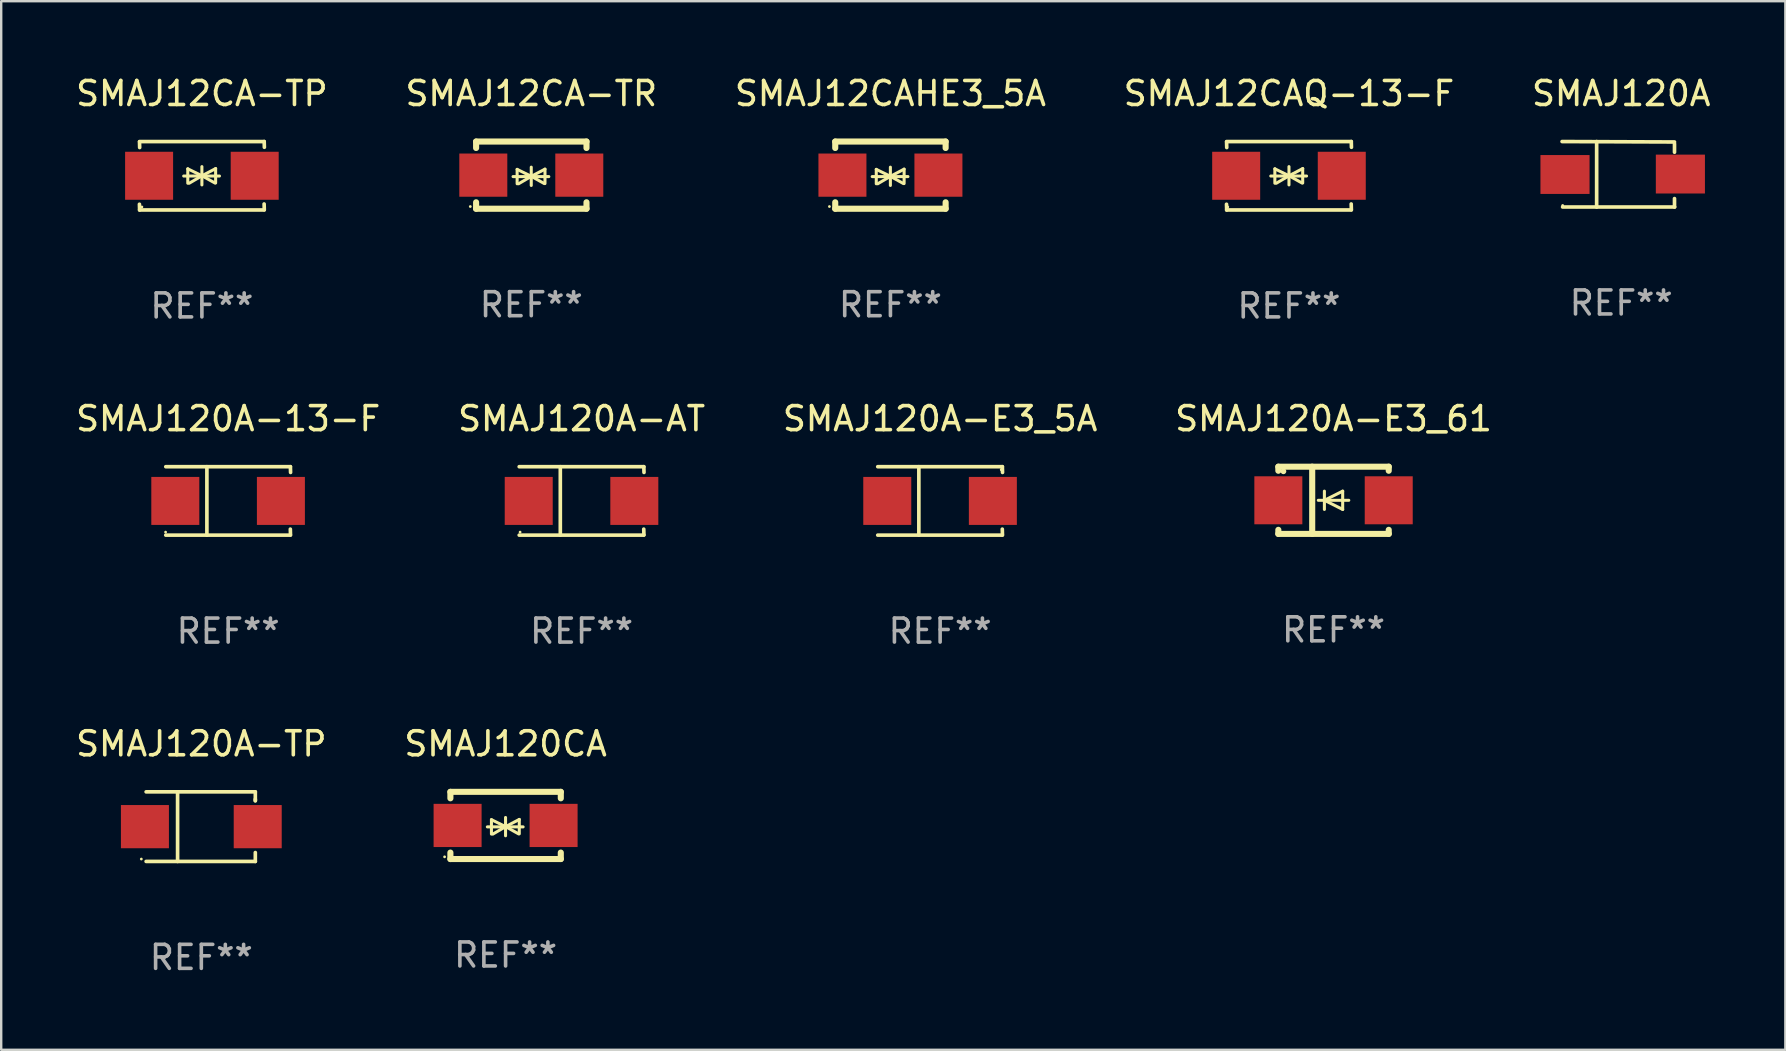
<source format=kicad_pcb>
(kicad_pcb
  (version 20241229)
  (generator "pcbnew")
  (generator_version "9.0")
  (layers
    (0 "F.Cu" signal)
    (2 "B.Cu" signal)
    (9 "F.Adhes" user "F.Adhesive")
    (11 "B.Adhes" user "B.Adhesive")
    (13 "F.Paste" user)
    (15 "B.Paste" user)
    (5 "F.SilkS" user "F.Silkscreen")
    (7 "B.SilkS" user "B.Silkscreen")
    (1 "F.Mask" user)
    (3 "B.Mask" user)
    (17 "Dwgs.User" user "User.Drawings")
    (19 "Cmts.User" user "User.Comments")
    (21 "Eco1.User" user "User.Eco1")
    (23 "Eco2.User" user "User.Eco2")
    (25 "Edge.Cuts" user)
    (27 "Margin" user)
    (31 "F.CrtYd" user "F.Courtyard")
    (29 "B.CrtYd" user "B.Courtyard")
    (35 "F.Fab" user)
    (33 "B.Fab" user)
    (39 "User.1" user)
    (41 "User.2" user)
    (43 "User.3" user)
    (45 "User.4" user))
  (footprint "SMAJ12CA-TP"
    (layer "F.Cu")
    (at 5.363 4.274)
    (property "Reference" "SMAJ12CA-TP" (at 0 -3.426 0) (layer "F.SilkS") (effects (font (size 1 1) (thickness 0.15))))
    (attr through_hole)
    (fp_line (start -2.596 -1.426) (end 2.596 -1.426) (stroke (width 0.152) (type solid)) (layer "F.SilkS"))
    (fp_line (start -2.596 1.426) (end -2.603 1.187) (stroke (width 0.152) (type solid)) (layer "F.SilkS"))
    (fp_line (start -2.596 1.426) (end 2.596 1.426) (stroke (width 0.152) (type solid)) (layer "F.SilkS"))
    (fp_line (start -2.593 -1.176) (end -2.6 -1.415) (stroke (width 0.152) (type solid)) (layer "F.SilkS"))
    (fp_line (start -0.758 0.011) (end 0.732 0.011) (stroke (width 0.127) (type solid)) (layer "F.SilkS"))
    (fp_line (start -0.588 -0.289) (end -0.588 0.311) (stroke (width 0.127) (type solid)) (layer "F.SilkS"))
    (fp_line (start -0.588 -0.289) (end 0 0) (stroke (width 0.127) (type solid)) (layer "F.SilkS"))
    (fp_line (start -0.528 0.311) (end 0 0) (stroke (width 0.127) (type solid)) (layer "F.SilkS"))
    (fp_line (start 0 0) (end 0 -0.381) (stroke (width 0.127) (type solid)) (layer "F.SilkS"))
    (fp_line (start 0 0) (end 0 0.381) (stroke (width 0.127) (type solid)) (layer "F.SilkS"))
    (fp_line (start 0.542 0.301) (end 0 0) (stroke (width 0.127) (type solid)) (layer "F.SilkS"))
    (fp_line (start 0.572 -0.299) (end 0 0) (stroke (width 0.127) (type solid)) (layer "F.SilkS"))
    (fp_line (start 0.572 -0.299) (end 0.572 0.301) (stroke (width 0.127) (type solid)) (layer "F.SilkS"))
    (fp_line (start 2.593 1.176) (end 2.6 1.415) (stroke (width 0.152) (type solid)) (layer "F.SilkS"))
    (fp_line (start 2.596 -1.426) (end 2.603 -1.187) (stroke (width 0.152) (type solid)) (layer "F.SilkS"))
    (fp_circle (center -2.5 1.3) (end -2.47 1.3) (stroke (width 0.06) (type solid)) (fill no) (layer "F.SilkS"))
    (fp_text user "REF**" (at 0 5.426 0) (layer "F.Fab") (effects (font (size 1 1) (thickness 0.15))))
    (pad "1" smd rect (at -2.2 0 180) (size 2 2) (layers "F.Cu" "F.Mask" "F.Paste"))
    (pad "2" smd rect (at 2.2 0 180) (size 2 2) (layers "F.Cu" "F.Mask" "F.Paste")))
  (footprint "SMAJ12CAQ-13-F"
    (layer "F.Cu")
    (at 50.661 4.274)
    (property "Reference" "SMAJ12CAQ-13-F" (at 0 -3.426 0) (layer "F.SilkS") (effects (font (size 1 1) (thickness 0.15))))
    (attr through_hole)
    (fp_line (start -2.596 -1.426) (end 2.596 -1.426) (stroke (width 0.152) (type solid)) (layer "F.SilkS"))
    (fp_line (start -2.596 1.426) (end -2.603 1.187) (stroke (width 0.152) (type solid)) (layer "F.SilkS"))
    (fp_line (start -2.596 1.426) (end 2.596 1.426) (stroke (width 0.152) (type solid)) (layer "F.SilkS"))
    (fp_line (start -2.593 -1.176) (end -2.6 -1.415) (stroke (width 0.152) (type solid)) (layer "F.SilkS"))
    (fp_line (start -0.758 0.011) (end 0.732 0.011) (stroke (width 0.127) (type solid)) (layer "F.SilkS"))
    (fp_line (start -0.588 -0.289) (end -0.588 0.311) (stroke (width 0.127) (type solid)) (layer "F.SilkS"))
    (fp_line (start -0.588 -0.289) (end 0 0) (stroke (width 0.127) (type solid)) (layer "F.SilkS"))
    (fp_line (start -0.528 0.311) (end 0 0) (stroke (width 0.127) (type solid)) (layer "F.SilkS"))
    (fp_line (start 0 0) (end 0 -0.381) (stroke (width 0.127) (type solid)) (layer "F.SilkS"))
    (fp_line (start 0 0) (end 0 0.381) (stroke (width 0.127) (type solid)) (layer "F.SilkS"))
    (fp_line (start 0.542 0.301) (end 0 0) (stroke (width 0.127) (type solid)) (layer "F.SilkS"))
    (fp_line (start 0.572 -0.299) (end 0 0) (stroke (width 0.127) (type solid)) (layer "F.SilkS"))
    (fp_line (start 0.572 -0.299) (end 0.572 0.301) (stroke (width 0.127) (type solid)) (layer "F.SilkS"))
    (fp_line (start 2.593 1.176) (end 2.6 1.415) (stroke (width 0.152) (type solid)) (layer "F.SilkS"))
    (fp_line (start 2.596 -1.426) (end 2.603 -1.187) (stroke (width 0.152) (type solid)) (layer "F.SilkS"))
    (fp_circle (center -2.55 1.3) (end -2.52 1.3) (stroke (width 0.06) (type solid)) (fill no) (layer "F.SilkS"))
    (fp_text user "REF**" (at 0 5.426 0) (layer "F.Fab") (effects (font (size 1 1) (thickness 0.15))))
    (pad "1" smd rect (at -2.2 0 180) (size 2 2) (layers "F.Cu" "F.Mask" "F.Paste"))
    (pad "2" smd rect (at 2.2 0 180) (size 2 2) (layers "F.Cu" "F.Mask" "F.Paste")))
  (footprint "SMAJ120A-E3_5A"
    (layer "F.Cu")
    (at 36.125 17.823)
    (property "Reference" "SMAJ120A-E3_5A" (at 0 -3.426 0) (layer "F.SilkS") (effects (font (size 1 1) (thickness 0.15))))
    (attr through_hole)
    (fp_line (start -2.6 -1.426) (end 2.593 -1.426) (stroke (width 0.152) (type solid)) (layer "F.SilkS"))
    (fp_line (start -2.6 1.426) (end 2.593 1.426) (stroke (width 0.152) (type solid)) (layer "F.SilkS"))
    (fp_line (start -0.887 -1.426) (end -0.887 1.426) (stroke (width 0.152) (type solid)) (layer "F.SilkS"))
    (fp_line (start 2.59 1.176) (end 2.597 1.415) (stroke (width 0.152) (type solid)) (layer "F.SilkS"))
    (fp_line (start 2.593 -1.426) (end 2.6 -1.187) (stroke (width 0.152) (type solid)) (layer "F.SilkS"))
    (fp_circle (center 2.547 -1.3) (end 2.577 -1.3) (stroke (width 0.06) (type solid)) (fill no) (layer "F.SilkS"))
    (fp_text user "REF**" (at 0 5.426 0) (layer "F.Fab") (effects (font (size 1 1) (thickness 0.15))))
    (pad "1" smd rect (at 2.197 -0.000025 180) (size 2 2) (layers "F.Cu" "F.Mask" "F.Paste"))
    (pad "2" smd rect (at -2.203 -0.000025 180) (size 2 2) (layers "F.Cu" "F.Mask" "F.Paste")))
  (footprint "SMAJ12CAHE3_5A"
    (layer "F.Cu")
    (at 34.054 4.248)
    (property "Reference" "SMAJ12CAHE3_5A" (at 0 -3.4 0) (layer "F.SilkS") (effects (font (size 1 1) (thickness 0.15))))
    (attr through_hole)
    (fp_line (start -2.3 -1.4) (end -2.3 -1.131) (stroke (width 0.254) (type solid)) (layer "F.SilkS"))
    (fp_line (start -2.3 -1.4) (end 2.3 -1.4) (stroke (width 0.254) (type solid)) (layer "F.SilkS"))
    (fp_line (start -2.3 1.131) (end -2.3 1.4) (stroke (width 0.254) (type solid)) (layer "F.SilkS"))
    (fp_line (start -2.3 1.4) (end 2.3 1.4) (stroke (width 0.254) (type solid)) (layer "F.SilkS"))
    (fp_line (start -0.76 0.06) (end 0.73 0.06) (stroke (width 0.127) (type solid)) (layer "F.SilkS"))
    (fp_line (start -0.59 -0.24) (end -0.59 0.36) (stroke (width 0.127) (type solid)) (layer "F.SilkS"))
    (fp_line (start -0.59 -0.24) (end -0.002 0.049) (stroke (width 0.127) (type solid)) (layer "F.SilkS"))
    (fp_line (start -0.53 0.36) (end -0.002 0.049) (stroke (width 0.127) (type solid)) (layer "F.SilkS"))
    (fp_line (start -0.002 0.049) (end -0.002 -0.332) (stroke (width 0.127) (type solid)) (layer "F.SilkS"))
    (fp_line (start -0.002 0.049) (end -0.002 0.43) (stroke (width 0.127) (type solid)) (layer "F.SilkS"))
    (fp_line (start 0.54 0.35) (end -0.002 0.049) (stroke (width 0.127) (type solid)) (layer "F.SilkS"))
    (fp_line (start 0.57 -0.25) (end -0.002 0.049) (stroke (width 0.127) (type solid)) (layer "F.SilkS"))
    (fp_line (start 0.57 -0.25) (end 0.57 0.35) (stroke (width 0.127) (type solid)) (layer "F.SilkS"))
    (fp_line (start 2.3 -1.4) (end 2.3 -1.131) (stroke (width 0.254) (type solid)) (layer "F.SilkS"))
    (fp_line (start 2.3 1.131) (end 2.3 1.4) (stroke (width 0.254) (type solid)) (layer "F.SilkS"))
    (fp_circle (center -2.542 1.308) (end -2.512 1.308) (stroke (width 0.06) (type solid)) (fill no) (layer "F.SilkS"))
    (fp_text user "REF**" (at 0 5.4 0) (layer "F.Fab") (effects (font (size 1 1) (thickness 0.15))))
    (pad "1" smd rect (at -2 0) (size 2 1.8) (layers "F.Cu" "F.Mask" "F.Paste"))
    (pad "2" smd rect (at 2 0) (size 2 1.8) (layers "F.Cu" "F.Mask" "F.Paste")))
  (footprint "SMAJ120CA"
    (layer "F.Cu")
    (at 18.018 31.346)
    (property "Reference" "SMAJ120CA" (at 0 -3.4 0) (layer "F.SilkS") (effects (font (size 1 1) (thickness 0.15))))
    (attr through_hole)
    (fp_line (start -2.3 -1.4) (end -2.3 -1.131) (stroke (width 0.254) (type solid)) (layer "F.SilkS"))
    (fp_line (start -2.3 -1.4) (end 2.3 -1.4) (stroke (width 0.254) (type solid)) (layer "F.SilkS"))
    (fp_line (start -2.3 1.131) (end -2.3 1.4) (stroke (width 0.254) (type solid)) (layer "F.SilkS"))
    (fp_line (start -2.3 1.4) (end 2.3 1.4) (stroke (width 0.254) (type solid)) (layer "F.SilkS"))
    (fp_line (start -0.76 0.06) (end 0.73 0.06) (stroke (width 0.127) (type solid)) (layer "F.SilkS"))
    (fp_line (start -0.59 -0.24) (end -0.59 0.36) (stroke (width 0.127) (type solid)) (layer "F.SilkS"))
    (fp_line (start -0.59 -0.24) (end -0.002 0.049) (stroke (width 0.127) (type solid)) (layer "F.SilkS"))
    (fp_line (start -0.53 0.36) (end -0.002 0.049) (stroke (width 0.127) (type solid)) (layer "F.SilkS"))
    (fp_line (start -0.002 0.049) (end -0.002 -0.332) (stroke (width 0.127) (type solid)) (layer "F.SilkS"))
    (fp_line (start -0.002 0.049) (end -0.002 0.43) (stroke (width 0.127) (type solid)) (layer "F.SilkS"))
    (fp_line (start 0.54 0.35) (end -0.002 0.049) (stroke (width 0.127) (type solid)) (layer "F.SilkS"))
    (fp_line (start 0.57 -0.25) (end -0.002 0.049) (stroke (width 0.127) (type solid)) (layer "F.SilkS"))
    (fp_line (start 0.57 -0.25) (end 0.57 0.35) (stroke (width 0.127) (type solid)) (layer "F.SilkS"))
    (fp_line (start 2.3 -1.4) (end 2.3 -1.131) (stroke (width 0.254) (type solid)) (layer "F.SilkS"))
    (fp_line (start 2.3 1.131) (end 2.3 1.4) (stroke (width 0.254) (type solid)) (layer "F.SilkS"))
    (fp_circle (center -2.542 1.308) (end -2.512 1.308) (stroke (width 0.06) (type solid)) (fill no) (layer "F.SilkS"))
    (fp_text user "REF**" (at 0 5.4 0) (layer "F.Fab") (effects (font (size 1 1) (thickness 0.15))))
    (pad "1" smd rect (at -2 0) (size 2 1.8) (layers "F.Cu" "F.Mask" "F.Paste"))
    (pad "2" smd rect (at 2 0) (size 2 1.8) (layers "F.Cu" "F.Mask" "F.Paste")))
  (footprint "SMAJ120A"
    (layer "F.Cu")
    (at 64.506 4.212)
    (property "Reference" "SMAJ120A" (at 0 -3.364 0) (layer "F.SilkS") (effects (font (size 1 1) (thickness 0.15))))
    (attr through_hole)
    (fp_line (start -2.465 -1.364) (end 2.22 -1.346) (stroke (width 0.152) (type solid)) (layer "F.SilkS"))
    (fp_line (start -2.442 1.364) (end 2.226 1.364) (stroke (width 0.152) (type solid)) (layer "F.SilkS"))
    (fp_line (start -1.024 -1.364) (end -1.024 1.364) (stroke (width 0.152) (type solid)) (layer "F.SilkS"))
    (fp_line (start 2.22 -1.27) (end 2.22 -0.919) (stroke (width 0.152) (type solid)) (layer "F.SilkS"))
    (fp_line (start 2.22 1.364) (end 2.22 1.013) (stroke (width 0.152) (type solid)) (layer "F.SilkS"))
    (fp_circle (center -2.439 1.3) (end -2.409 1.3) (stroke (width 0.06) (type solid)) (fill no) (layer "F.SilkS"))
    (fp_text user "REF**" (at 0 5.364 0) (layer "F.Fab") (effects (font (size 1 1) (thickness 0.15))))
    (pad "1" smd rect (at -2.343 0.009) (size 2.046 1.62) (layers "F.Cu" "F.Mask" "F.Paste"))
    (pad "2" smd rect (at 2.465 -0.009 180) (size 2.046 1.62) (layers "F.Cu" "F.Mask" "F.Paste")))
  (footprint "SMAJ120A-13-F"
    (layer "F.Cu")
    (at 6.458 17.823)
    (property "Reference" "SMAJ120A-13-F" (at 0 -3.426 0) (layer "F.SilkS") (effects (font (size 1 1) (thickness 0.15))))
    (attr through_hole)
    (fp_line (start -2.6 -1.426) (end 2.593 -1.426) (stroke (width 0.152) (type solid)) (layer "F.SilkS"))
    (fp_line (start -2.6 1.426) (end 2.593 1.426) (stroke (width 0.152) (type solid)) (layer "F.SilkS"))
    (fp_line (start -0.887 -1.426) (end -0.887 1.426) (stroke (width 0.152) (type solid)) (layer "F.SilkS"))
    (fp_line (start 2.59 1.176) (end 2.597 1.415) (stroke (width 0.152) (type solid)) (layer "F.SilkS"))
    (fp_line (start 2.593 -1.426) (end 2.6 -1.187) (stroke (width 0.152) (type solid)) (layer "F.SilkS"))
    (fp_circle (center -2.608 1.3) (end -2.578 1.3) (stroke (width 0.06) (type solid)) (fill no) (layer "F.SilkS"))
    (fp_text user "REF**" (at 0 5.426 0) (layer "F.Fab") (effects (font (size 1 1) (thickness 0.15))))
    (pad "1" smd rect (at -2.203 0 180) (size 2 2) (layers "F.Cu" "F.Mask" "F.Paste"))
    (pad "2" smd rect (at 2.197 0 180) (size 2 2) (layers "F.Cu" "F.Mask" "F.Paste")))
  (footprint "SMAJ120A-TP"
    (layer "F.Cu")
    (at 5.339 31.396)
    (property "Reference" "SMAJ120A-TP" (at 0 -3.45 0) (layer "F.SilkS") (effects (font (size 1 1) (thickness 0.15))))
    (attr through_hole)
    (fp_line (start -2.3 -1.45) (end 2.25 -1.45) (stroke (width 0.152) (type solid)) (layer "F.SilkS"))
    (fp_line (start -0.989 -1.45) (end -0.989 1.45) (stroke (width 0.152) (type solid)) (layer "F.SilkS"))
    (fp_line (start 2.25 -1.45) (end 2.25 -1.08) (stroke (width 0.152) (type solid)) (layer "F.SilkS"))
    (fp_line (start 2.25 -1.08) (end 2.25 -1.142) (stroke (width 0.152) (type solid)) (layer "F.SilkS"))
    (fp_line (start 2.25 1.45) (end -2.3 1.45) (stroke (width 0.152) (type solid)) (layer "F.SilkS"))
    (fp_line (start 2.25 1.45) (end 2.25 1.08) (stroke (width 0.152) (type solid)) (layer "F.SilkS"))
    (fp_circle (center -2.5 1.35) (end -2.47 1.35) (stroke (width 0.06) (type solid)) (fill no) (layer "F.SilkS"))
    (fp_text user "REF**" (at 0 5.45 0) (layer "F.Fab") (effects (font (size 1 1) (thickness 0.15))))
    (pad "1" smd rect (at -2.35 0.000025) (size 2 1.8) (layers "F.Cu" "F.Mask" "F.Paste"))
    (pad "2" smd rect (at 2.35 0.000025) (size 2 1.8) (layers "F.Cu" "F.Mask" "F.Paste")))
  (footprint "SMAJ120A-AT"
    (layer "F.Cu")
    (at 21.185 17.823)
    (property "Reference" "SMAJ120A-AT" (at 0 -3.426 0) (layer "F.SilkS") (effects (font (size 1 1) (thickness 0.15))))
    (attr through_hole)
    (fp_line (start -2.6 -1.426) (end 2.593 -1.426) (stroke (width 0.152) (type solid)) (layer "F.SilkS"))
    (fp_line (start -2.6 1.426) (end 2.593 1.426) (stroke (width 0.152) (type solid)) (layer "F.SilkS"))
    (fp_line (start -0.887 -1.426) (end -0.887 1.426) (stroke (width 0.152) (type solid)) (layer "F.SilkS"))
    (fp_line (start 2.59 1.176) (end 2.597 1.415) (stroke (width 0.152) (type solid)) (layer "F.SilkS"))
    (fp_line (start 2.593 -1.426) (end 2.6 -1.187) (stroke (width 0.152) (type solid)) (layer "F.SilkS"))
    (fp_circle (center -2.563 1.3) (end -2.533 1.3) (stroke (width 0.06) (type solid)) (fill no) (layer "F.SilkS"))
    (fp_text user "REF**" (at 0 5.426 0) (layer "F.Fab") (effects (font (size 1 1) (thickness 0.15))))
    (pad "1" smd rect (at -2.203 -0.000025 180) (size 2 2) (layers "F.Cu" "F.Mask" "F.Paste"))
    (pad "2" smd rect (at 2.197 -0.000025 180) (size 2 2) (layers "F.Cu" "F.Mask" "F.Paste")))
  (footprint "SMAJ12CA-TR"
    (layer "F.Cu")
    (at 19.089 4.248)
    (property "Reference" "SMAJ12CA-TR" (at 0 -3.4 0) (layer "F.SilkS") (effects (font (size 1 1) (thickness 0.15))))
    (attr through_hole)
    (fp_line (start -2.3 -1.4) (end -2.3 -1.131) (stroke (width 0.254) (type solid)) (layer "F.SilkS"))
    (fp_line (start -2.3 -1.4) (end 2.3 -1.4) (stroke (width 0.254) (type solid)) (layer "F.SilkS"))
    (fp_line (start -2.3 1.131) (end -2.3 1.4) (stroke (width 0.254) (type solid)) (layer "F.SilkS"))
    (fp_line (start -2.3 1.4) (end 2.3 1.4) (stroke (width 0.254) (type solid)) (layer "F.SilkS"))
    (fp_line (start -0.76 0.06) (end 0.73 0.06) (stroke (width 0.127) (type solid)) (layer "F.SilkS"))
    (fp_line (start -0.59 -0.24) (end -0.59 0.36) (stroke (width 0.127) (type solid)) (layer "F.SilkS"))
    (fp_line (start -0.59 -0.24) (end -0.002 0.049) (stroke (width 0.127) (type solid)) (layer "F.SilkS"))
    (fp_line (start -0.53 0.36) (end -0.002 0.049) (stroke (width 0.127) (type solid)) (layer "F.SilkS"))
    (fp_line (start -0.002 0.049) (end -0.002 -0.332) (stroke (width 0.127) (type solid)) (layer "F.SilkS"))
    (fp_line (start -0.002 0.049) (end -0.002 0.43) (stroke (width 0.127) (type solid)) (layer "F.SilkS"))
    (fp_line (start 0.54 0.35) (end -0.002 0.049) (stroke (width 0.127) (type solid)) (layer "F.SilkS"))
    (fp_line (start 0.57 -0.25) (end -0.002 0.049) (stroke (width 0.127) (type solid)) (layer "F.SilkS"))
    (fp_line (start 0.57 -0.25) (end 0.57 0.35) (stroke (width 0.127) (type solid)) (layer "F.SilkS"))
    (fp_line (start 2.3 -1.4) (end 2.3 -1.131) (stroke (width 0.254) (type solid)) (layer "F.SilkS"))
    (fp_line (start 2.3 1.131) (end 2.3 1.4) (stroke (width 0.254) (type solid)) (layer "F.SilkS"))
    (fp_circle (center -2.542 1.308) (end -2.512 1.308) (stroke (width 0.06) (type solid)) (fill no) (layer "F.SilkS"))
    (fp_text user "REF**" (at 0 5.4 0) (layer "F.Fab") (effects (font (size 1 1) (thickness 0.15))))
    (pad "1" smd rect (at -2 0) (size 2 1.8) (layers "F.Cu" "F.Mask" "F.Paste"))
    (pad "2" smd rect (at 2 0) (size 2 1.8) (layers "F.Cu" "F.Mask" "F.Paste")))
  (footprint "SMAJ120A-E3_61"
    (layer "F.Cu")
    (at 52.518 17.797)
    (property "Reference" "SMAJ120A-E3_61" (at 0 -3.4 0) (layer "F.SilkS") (effects (font (size 1 1) (thickness 0.15))))
    (attr through_hole)
    (fp_line (start -2.3 -1.4) (end -2.3 -1.231) (stroke (width 0.254) (type solid)) (layer "F.SilkS"))
    (fp_line (start -2.3 -1.4) (end 2.3 -1.4) (stroke (width 0.254) (type solid)) (layer "F.SilkS"))
    (fp_line (start -2.3 1.231) (end -2.3 1.4) (stroke (width 0.254) (type solid)) (layer "F.SilkS"))
    (fp_line (start -2.3 1.4) (end 2.3 1.4) (stroke (width 0.254) (type solid)) (layer "F.SilkS"))
    (fp_line (start -0.889 1.4) (end -0.889 -1.4) (stroke (width 0.254) (type solid)) (layer "F.SilkS"))
    (fp_line (start -0.381 0) (end -0.381 -0.381) (stroke (width 0.127) (type solid)) (layer "F.SilkS"))
    (fp_line (start -0.381 0) (end -0.381 0.381) (stroke (width 0.127) (type solid)) (layer "F.SilkS"))
    (fp_line (start 0.381 -0.381) (end -0.381 0) (stroke (width 0.127) (type solid)) (layer "F.SilkS"))
    (fp_line (start 0.381 0) (end 0.381 -0.381) (stroke (width 0.127) (type solid)) (layer "F.SilkS"))
    (fp_line (start 0.381 0) (end 0.381 0.381) (stroke (width 0.127) (type solid)) (layer "F.SilkS"))
    (fp_line (start 0.381 0.381) (end -0.381 0) (stroke (width 0.127) (type solid)) (layer "F.SilkS"))
    (fp_line (start 0.635 0) (end -0.635 0) (stroke (width 0.127) (type solid)) (layer "F.SilkS"))
    (fp_line (start 2.3 -1.4) (end 2.3 -1.231) (stroke (width 0.254) (type solid)) (layer "F.SilkS"))
    (fp_line (start 2.3 1.231) (end 2.3 1.4) (stroke (width 0.254) (type solid)) (layer "F.SilkS"))
    (fp_circle (center -2.088 -1.208) (end -2.028 -1.208) (stroke (width 0.12) (type solid)) (fill no) (layer "F.SilkS"))
    (fp_text user "REF**" (at 0 5.4 0) (layer "F.Fab") (effects (font (size 1 1) (thickness 0.15))))
    (pad "1" smd rect (at -2.3 0 180) (size 2 2) (layers "F.Cu" "F.Mask" "F.Paste"))
    (pad "2" smd rect (at 2.3 0 180) (size 2 2) (layers "F.Cu" "F.Mask" "F.Paste")))
  (gr_rect
    (start -3 -3)
    (end 71.345 40.694)
    (stroke (width 0.1) (type default))
    (fill no)
    (layer "Edge.Cuts")))
</source>
